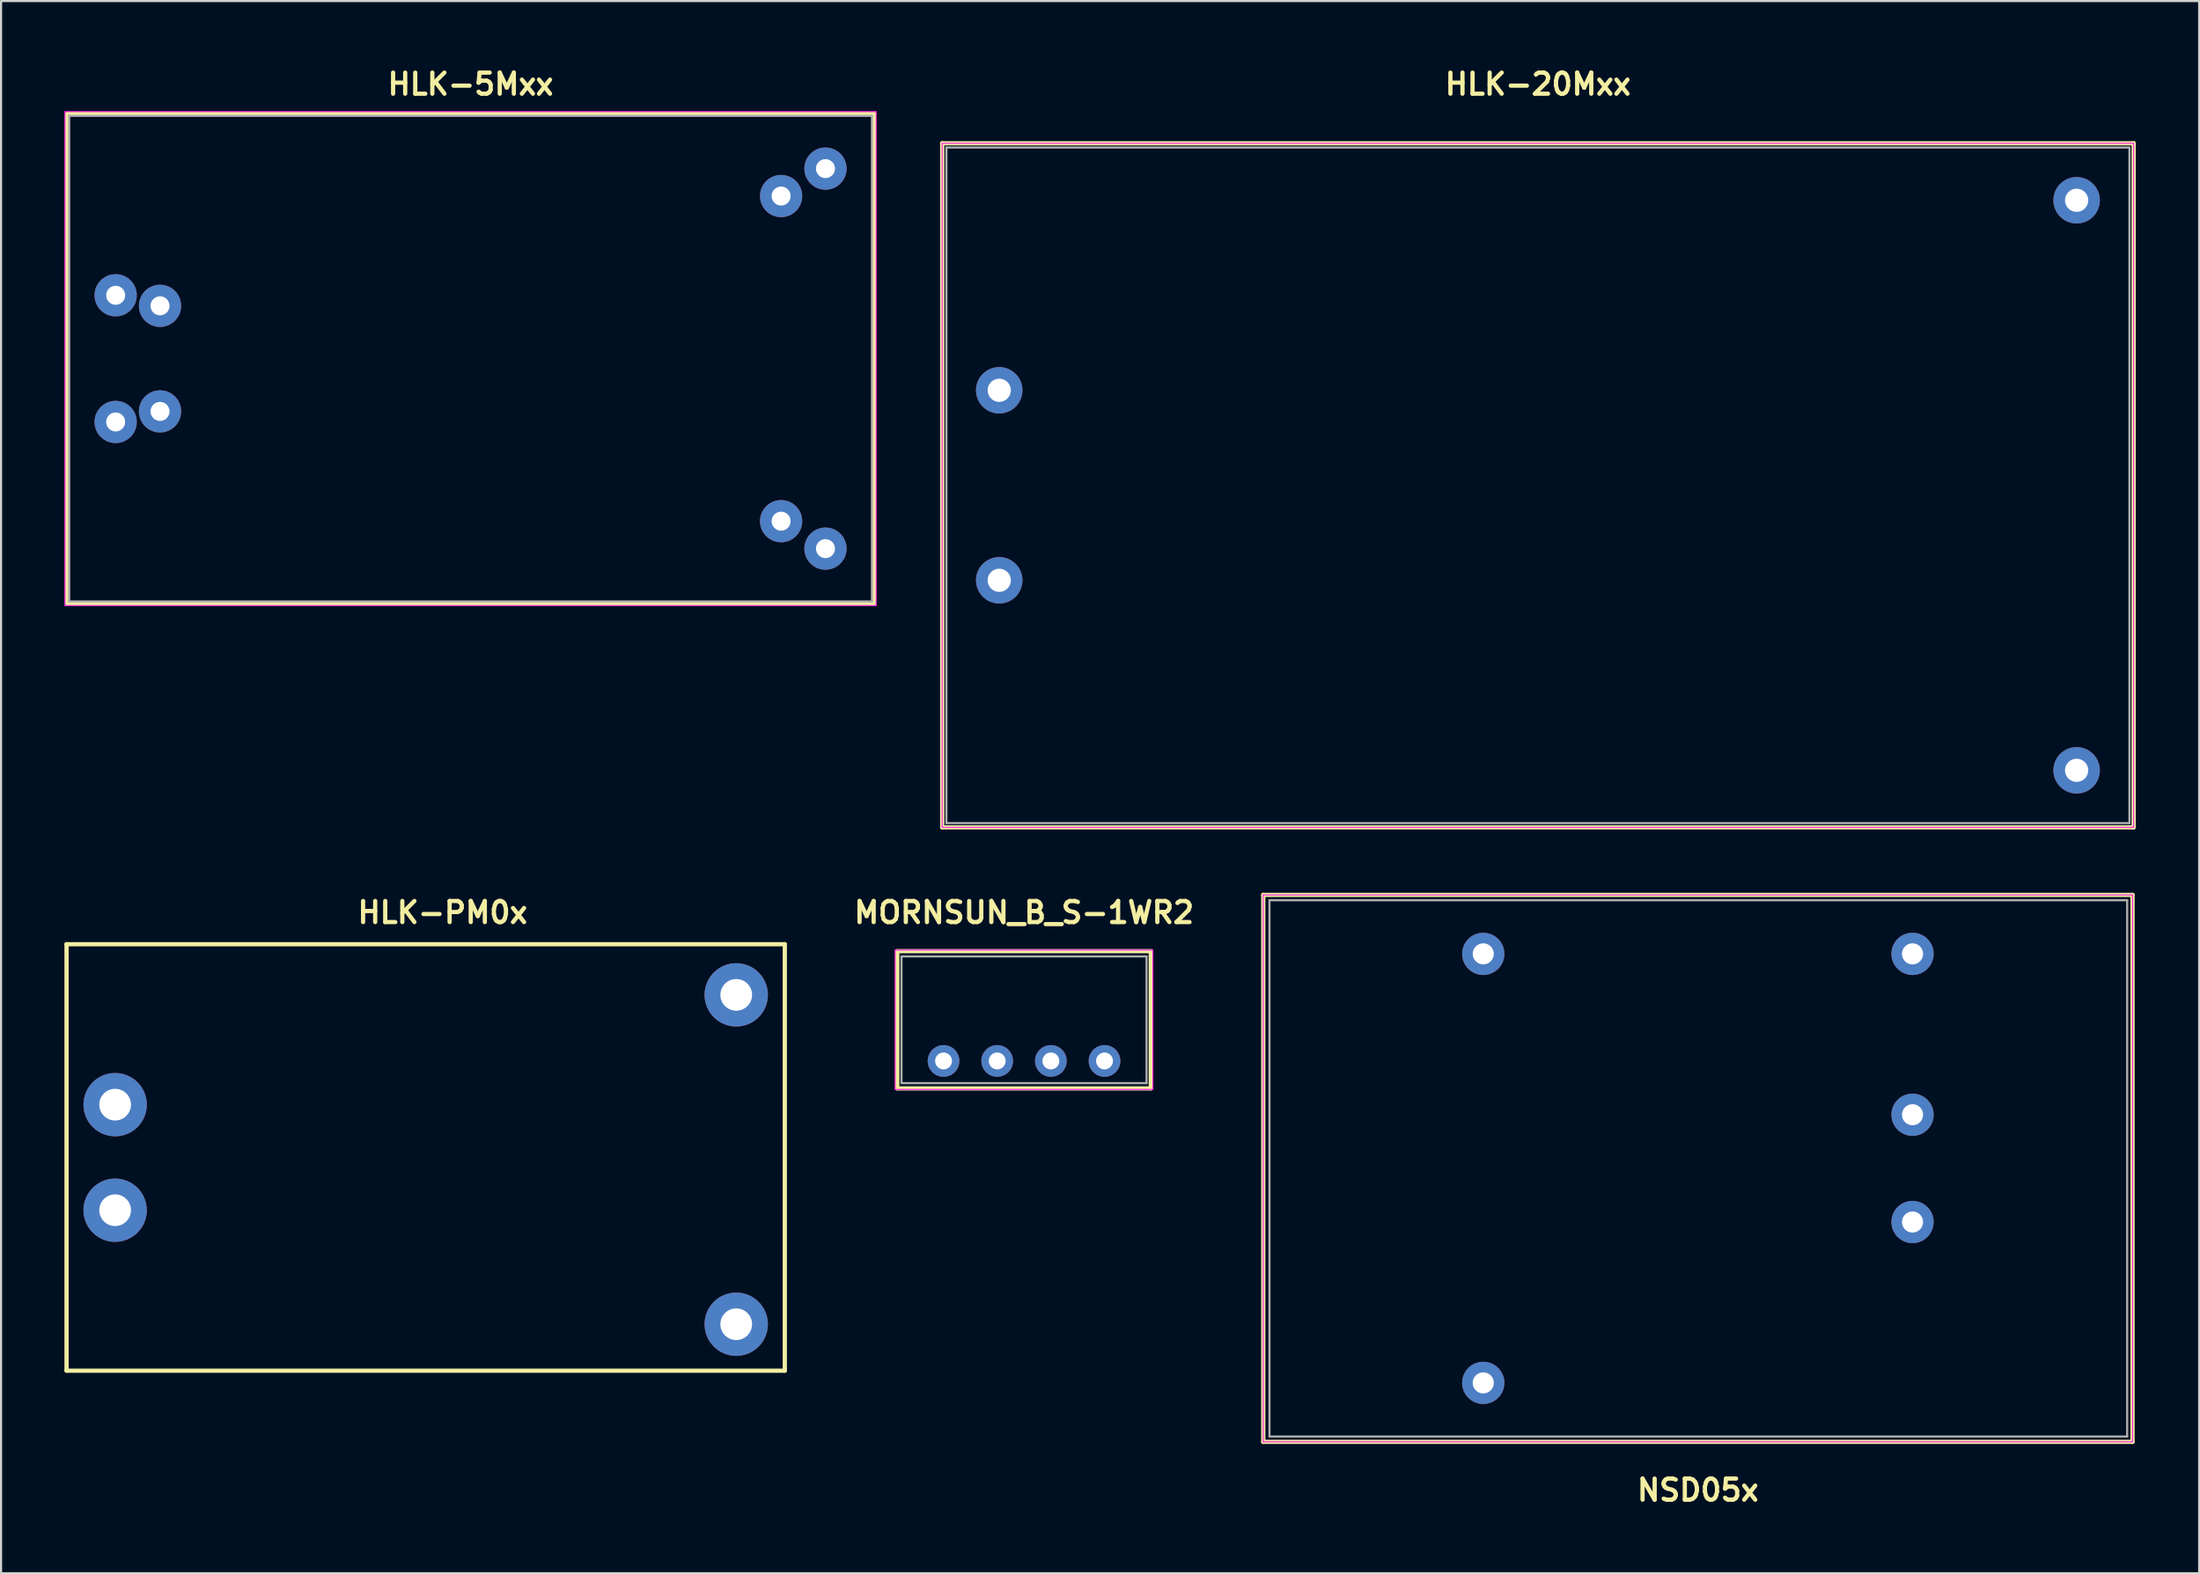
<source format=kicad_pcb>
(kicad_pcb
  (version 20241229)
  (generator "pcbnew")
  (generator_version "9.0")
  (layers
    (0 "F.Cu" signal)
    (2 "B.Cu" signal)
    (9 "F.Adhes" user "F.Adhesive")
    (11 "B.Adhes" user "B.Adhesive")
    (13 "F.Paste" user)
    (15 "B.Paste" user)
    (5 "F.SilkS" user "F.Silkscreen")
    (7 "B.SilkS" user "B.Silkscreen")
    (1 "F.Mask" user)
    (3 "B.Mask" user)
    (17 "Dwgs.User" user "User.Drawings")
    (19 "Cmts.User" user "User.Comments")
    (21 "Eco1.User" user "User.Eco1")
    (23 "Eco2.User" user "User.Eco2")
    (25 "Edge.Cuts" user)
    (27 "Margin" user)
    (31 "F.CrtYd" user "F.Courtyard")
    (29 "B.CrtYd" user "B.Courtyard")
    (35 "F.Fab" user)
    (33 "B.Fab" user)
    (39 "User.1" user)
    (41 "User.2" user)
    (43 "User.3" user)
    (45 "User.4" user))
  (footprint "HLK-PM0x"
    (layer "F.Cu")
    (at 2.4 49.272)
    (property "Reference" "HLK-PM0x" (at 15.5 -9.1 0) (layer "F.SilkS") (effects (font (size 1 1) (thickness 0.2))))
    (attr through_hole)
    (fp_line (start -2.3 -7.6) (end -2.3 12.6) (stroke (width 0.2) (type solid)) (layer "F.SilkS"))
    (fp_line (start -2.3 -7.6) (end 31.7 -7.6) (stroke (width 0.2) (type solid)) (layer "F.SilkS"))
    (fp_line (start -2.3 12.6) (end 31.7 12.6) (stroke (width 0.2) (type solid)) (layer "F.SilkS"))
    (fp_line (start 31.7 -7.6) (end 31.7 12.6) (stroke (width 0.2) (type solid)) (layer "F.SilkS"))
    (pad "1" thru_hole circle (at 0 0) (size 3 3) (drill 1.5) (layers "*.Cu" "*.Mask"))
    (pad "2" thru_hole circle (at 0 5) (size 3 3) (drill 1.5) (layers "*.Cu" "*.Mask"))
    (pad "3" thru_hole circle (at 29.4 -5.2) (size 3 3) (drill 1.5) (layers "*.Cu" "*.Mask"))
    (pad "4" thru_hole circle (at 29.4 10.4) (size 3 3) (drill 1.5) (layers "*.Cu" "*.Mask")))
  (footprint "HLK-5Mxx"
    (layer "F.Cu")
    (at 19.225 13.936)
    (property "Reference" "HLK-5Mxx" (at 0 -13 0) (layer "F.SilkS") (effects (font (size 1 1) (thickness 0.2))))
    (attr through_hole)
    (fp_line (start -19.1 -11.6) (end 19.1 -11.6) (stroke (width 0.2) (type solid)) (layer "F.SilkS"))
    (fp_line (start -19.1 11.6) (end -19.1 -11.6) (stroke (width 0.2) (type solid)) (layer "F.SilkS"))
    (fp_line (start 19.1 -11.6) (end 19.1 11.6) (stroke (width 0.2) (type solid)) (layer "F.SilkS"))
    (fp_line (start 19.1 11.6) (end -19.1 11.6) (stroke (width 0.2) (type solid)) (layer "F.SilkS"))
    (fp_line (start -19.2 -11.7) (end 19.2 -11.7) (stroke (width 0.05) (type solid)) (layer "F.CrtYd"))
    (fp_line (start -19.2 11.7) (end -19.2 -11.7) (stroke (width 0.05) (type solid)) (layer "F.CrtYd"))
    (fp_line (start 19.2 -11.7) (end 19.2 11.7) (stroke (width 0.05) (type solid)) (layer "F.CrtYd"))
    (fp_line (start 19.2 11.7) (end -19.2 11.7) (stroke (width 0.05) (type solid)) (layer "F.CrtYd"))
    (fp_line (start -19 -11.5) (end 19 -11.5) (stroke (width 0.1) (type solid)) (layer "F.Fab"))
    (fp_line (start -19 11.5) (end -19 -11.5) (stroke (width 0.1) (type solid)) (layer "F.Fab"))
    (fp_line (start 19 -11.5) (end 19 11.5) (stroke (width 0.1) (type solid)) (layer "F.Fab"))
    (fp_line (start 19 11.5) (end -19 11.5) (stroke (width 0.1) (type solid)) (layer "F.Fab"))
    (pad "1" thru_hole circle (at -16.8 -3) (size 2 2) (drill 0.9) (layers "*.Cu" "*.Mask"))
    (pad "1" thru_hole circle (at -14.7 -2.5) (size 2 2) (drill 0.9) (layers "*.Cu" "*.Mask"))
    (pad "2" thru_hole circle (at -16.8 3) (size 2 2) (drill 0.9) (layers "*.Cu" "*.Mask"))
    (pad "2" thru_hole circle (at -14.7 2.5) (size 2 2) (drill 0.9) (layers "*.Cu" "*.Mask"))
    (pad "3" thru_hole circle (at 14.7 -7.7) (size 2 2) (drill 0.9) (layers "*.Cu" "*.Mask"))
    (pad "3" thru_hole circle (at 16.8 -9) (size 2 2) (drill 0.9) (layers "*.Cu" "*.Mask"))
    (pad "4" thru_hole circle (at 14.7 7.7) (size 2 2) (drill 0.9) (layers "*.Cu" "*.Mask"))
    (pad "4" thru_hole circle (at 16.8 9) (size 2 2) (drill 0.9) (layers "*.Cu" "*.Mask")))
  (footprint "MORNSUN_B_S-1WR2"
    (layer "F.Cu")
    (at 45.424 45.252)
    (property "Reference" "MORNSUN_B_S-1WR2" (at 0 -5.08 0) (layer "F.SilkS") (effects (font (size 1 1) (thickness 0.2))))
    (attr through_hole)
    (fp_line (start -6 -3.25) (end -6 3.25) (stroke (width 0.2) (type solid)) (layer "F.SilkS"))
    (fp_line (start -6 3.25) (end 6 3.25) (stroke (width 0.2) (type solid)) (layer "F.SilkS"))
    (fp_line (start 6 -3.25) (end -6 -3.25) (stroke (width 0.2) (type solid)) (layer "F.SilkS"))
    (fp_line (start 6 3.25) (end 6 -3.25) (stroke (width 0.2) (type solid)) (layer "F.SilkS"))
    (fp_line (start -6.1 -3.3) (end 6.1 -3.3) (stroke (width 0.05) (type solid)) (layer "F.CrtYd"))
    (fp_line (start -6.1 3.3) (end -6.1 -3.3) (stroke (width 0.05) (type solid)) (layer "F.CrtYd"))
    (fp_line (start 6.1 -3.3) (end 6.1 3.3) (stroke (width 0.05) (type solid)) (layer "F.CrtYd"))
    (fp_line (start 6.1 3.3) (end -6.1 3.3) (stroke (width 0.05) (type solid)) (layer "F.CrtYd"))
    (fp_line (start -5.8 -3) (end -5.8 3) (stroke (width 0.1) (type solid)) (layer "F.Fab"))
    (fp_line (start -5.8 -3) (end 5.8 -3) (stroke (width 0.1) (type solid)) (layer "F.Fab"))
    (fp_line (start 5.8 -3) (end 5.8 3) (stroke (width 0.1) (type solid)) (layer "F.Fab"))
    (fp_line (start 5.8 3) (end -5.8 3) (stroke (width 0.1) (type solid)) (layer "F.Fab"))
    (pad "1" thru_hole circle (at -3.81 1.95) (size 1.5 1.5) (drill 0.8) (layers "*.Cu" "*.Mask"))
    (pad "2" thru_hole circle (at -1.27 1.95) (size 1.5 1.5) (drill 0.8) (layers "*.Cu" "*.Mask"))
    (pad "3" thru_hole circle (at 1.27 1.95) (size 1.5 1.5) (drill 0.8) (layers "*.Cu" "*.Mask"))
    (pad "4" thru_hole circle (at 3.81 1.95) (size 1.5 1.5) (drill 0.8) (layers "*.Cu" "*.Mask")))
  (footprint "HLK-20Mxx"
    (layer "F.Cu")
    (at 69.75 19.936)
    (property "Reference" "HLK-20Mxx" (at 0 -19 180) (layer "F.SilkS") (effects (font (size 1 1) (thickness 0.2))))
    (attr through_hole)
    (fp_line (start -28.2 -16.2) (end 28.2 -16.2) (stroke (width 0.2) (type solid)) (layer "F.SilkS"))
    (fp_line (start -28.2 16.2) (end -28.2 -16.2) (stroke (width 0.2) (type solid)) (layer "F.SilkS"))
    (fp_line (start 28.2 -16.2) (end 28.2 16.2) (stroke (width 0.2) (type solid)) (layer "F.SilkS"))
    (fp_line (start 28.2 16.2) (end -28.2 16.2) (stroke (width 0.2) (type solid)) (layer "F.SilkS"))
    (fp_line (start -28.2 -16.2) (end 28.2 -16.2) (stroke (width 0.05) (type solid)) (layer "F.CrtYd"))
    (fp_line (start -28.2 16.2) (end -28.2 -16.2) (stroke (width 0.05) (type solid)) (layer "F.CrtYd"))
    (fp_line (start 28.2 -16.2) (end 28.2 16.2) (stroke (width 0.05) (type solid)) (layer "F.CrtYd"))
    (fp_line (start 28.2 16.2) (end -28.2 16.2) (stroke (width 0.05) (type solid)) (layer "F.CrtYd"))
    (fp_line (start -28 -16) (end -28 16) (stroke (width 0.1) (type solid)) (layer "F.Fab"))
    (fp_line (start -28 16) (end 28 16) (stroke (width 0.1) (type solid)) (layer "F.Fab"))
    (fp_line (start 28 -16) (end -28 -16) (stroke (width 0.1) (type solid)) (layer "F.Fab"))
    (fp_line (start 28 16) (end 28 -16) (stroke (width 0.1) (type solid)) (layer "F.Fab"))
    (pad "1" thru_hole circle (at -25.5 -4.5 90) (size 2.2 2.2) (drill 1.1) (layers "*.Cu" "*.Mask"))
    (pad "2" thru_hole circle (at -25.5 4.5 90) (size 2.2 2.2) (drill 1.1) (layers "*.Cu" "*.Mask"))
    (pad "3" thru_hole circle (at 25.5 -13.5 90) (size 2.2 2.2) (drill 1.1) (layers "*.Cu" "*.Mask"))
    (pad "4" thru_hole circle (at 25.5 13.5 90) (size 2.2 2.2) (drill 1.1) (layers "*.Cu" "*.Mask")))
  (footprint "NSD05x"
    (layer "F.Cu")
    (at 77.322 52.29)
    (property "Reference" "NSD05x" (at 0 15.24 0) (layer "F.SilkS") (effects (font (size 1 1) (thickness 0.2))))
    (attr through_hole)
    (fp_line (start -20.574 -12.954) (end 20.574 -12.954) (stroke (width 0.2) (type solid)) (layer "F.SilkS"))
    (fp_line (start -20.574 12.954) (end -20.574 -12.954) (stroke (width 0.2) (type solid)) (layer "F.SilkS"))
    (fp_line (start 20.574 -12.954) (end 20.574 12.954) (stroke (width 0.2) (type solid)) (layer "F.SilkS"))
    (fp_line (start 20.574 12.954) (end -20.574 12.954) (stroke (width 0.2) (type solid)) (layer "F.SilkS"))
    (fp_line (start -20.574 -12.954) (end 20.574 -12.954) (stroke (width 0.05) (type solid)) (layer "F.CrtYd"))
    (fp_line (start -20.574 12.954) (end -20.574 -12.954) (stroke (width 0.05) (type solid)) (layer "F.CrtYd"))
    (fp_line (start 20.574 -12.954) (end 20.574 12.954) (stroke (width 0.05) (type solid)) (layer "F.CrtYd"))
    (fp_line (start 20.574 12.954) (end -20.574 12.954) (stroke (width 0.05) (type solid)) (layer "F.CrtYd"))
    (fp_line (start -20.28 -12.7) (end 20.32 -12.7) (stroke (width 0.1) (type solid)) (layer "F.Fab"))
    (fp_line (start -20.28 12.7) (end -20.28 -12.7) (stroke (width 0.1) (type solid)) (layer "F.Fab"))
    (fp_line (start 20.32 -12.7) (end 20.32 12.7) (stroke (width 0.1) (type solid)) (layer "F.Fab"))
    (fp_line (start 20.32 12.7) (end -20.28 12.7) (stroke (width 0.1) (type solid)) (layer "F.Fab"))
    (pad "1" thru_hole circle (at 10.16 2.54) (size 2 2) (drill 1) (layers "*.Cu" "*.Mask"))
    (pad "2" thru_hole circle (at 10.16 -2.54) (size 2 2) (drill 1) (layers "*.Cu" "*.Mask"))
    (pad "3" thru_hole circle (at -10.16 10.16) (size 2 2) (drill 1) (layers "*.Cu" "*.Mask"))
    (pad "4" thru_hole circle (at -10.16 -10.16) (size 2 2) (drill 1) (layers "*.Cu" "*.Mask"))
    (pad "5" thru_hole circle (at 10.16 -10.16) (size 2 2) (drill 1) (layers "*.Cu" "*.Mask")))
  (gr_rect
    (start -3 -3)
    (end 101.05 71.466)
    (stroke (width 0.1) (type default))
    (fill no)
    (layer "Edge.Cuts")))
</source>
